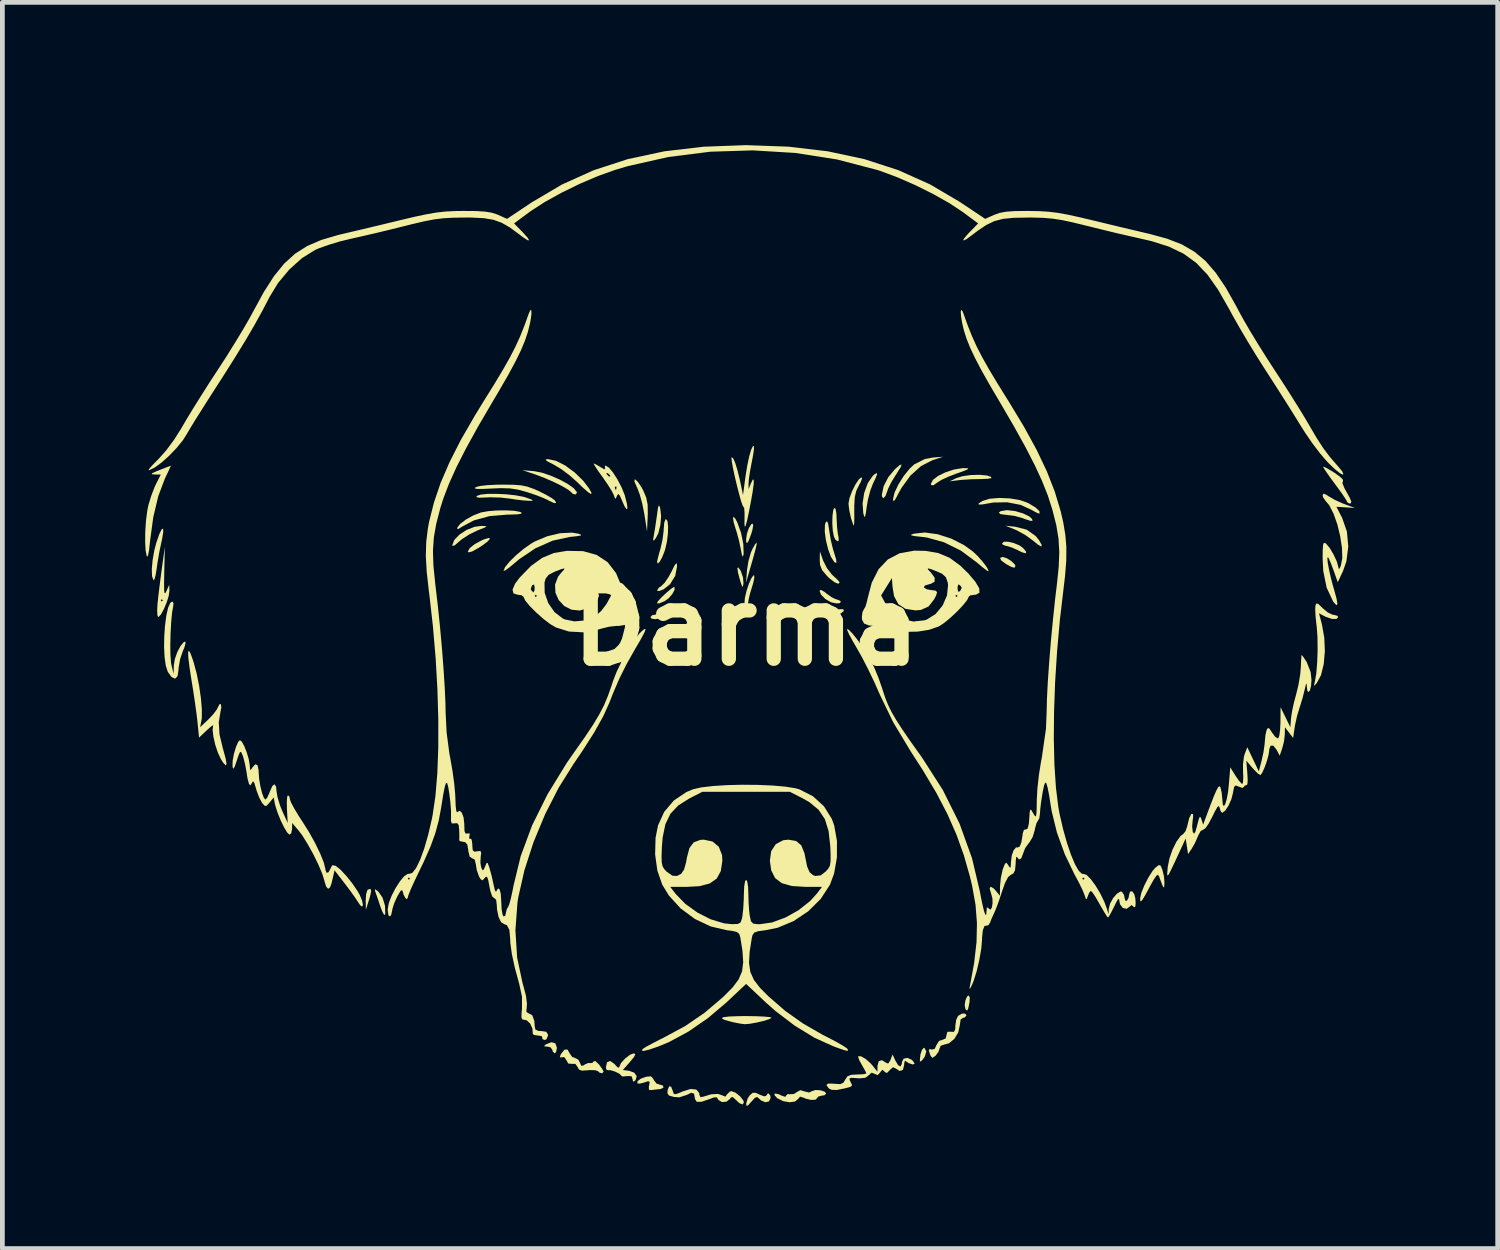
<source format=kicad_pcb>
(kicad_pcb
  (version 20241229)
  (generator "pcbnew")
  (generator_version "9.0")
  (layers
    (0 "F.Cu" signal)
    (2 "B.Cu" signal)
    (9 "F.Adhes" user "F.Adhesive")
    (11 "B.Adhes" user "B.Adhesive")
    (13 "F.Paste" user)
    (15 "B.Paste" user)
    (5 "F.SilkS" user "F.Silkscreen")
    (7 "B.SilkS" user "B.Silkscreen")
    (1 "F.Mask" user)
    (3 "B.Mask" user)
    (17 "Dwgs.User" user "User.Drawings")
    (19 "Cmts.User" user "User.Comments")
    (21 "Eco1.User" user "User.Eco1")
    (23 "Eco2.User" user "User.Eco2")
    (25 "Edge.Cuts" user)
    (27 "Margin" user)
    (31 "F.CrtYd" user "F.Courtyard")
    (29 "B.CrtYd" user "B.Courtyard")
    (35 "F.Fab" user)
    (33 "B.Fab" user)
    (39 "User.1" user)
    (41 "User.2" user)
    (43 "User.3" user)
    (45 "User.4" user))
  (footprint "Darma"
    (layer "F.Cu")
    (at 12.629 10.104)
    (property "Reference" "Darma" (at 0 0 0) (layer "F.SilkS") (effects (font (size 1.524 1.524) (thickness 0.3))))
    (attr board_only exclude_from_pos_files exclude_from_bom)
    (fp_poly (pts (xy -7.879 5.572) (xy -7.905 5.693) (xy -7.925 5.757) (xy -7.99 5.964) (xy -7.994 5.768) (xy -7.986 5.639) (xy -7.96 5.554) (xy -7.949 5.541) (xy -7.894 5.524)) (stroke (width 0) (type solid)) (fill yes) (layer "F.SilkS"))
    (fp_poly (pts (xy 3.747 8.868) (xy 3.787 8.94) (xy 3.754 9.05) (xy 3.72 9.101) (xy 3.669 9.156) (xy 3.651 9.133) (xy 3.651 9.122) (xy 3.663 9.005) (xy 3.695 8.909) (xy 3.734 8.865)) (stroke (width 0) (type solid)) (fill yes) (layer "F.SilkS"))
    (fp_poly (pts (xy -0.12 -1.169) (xy -0.112 -1.155) (xy -0.065 -1.019) (xy -0.056 -0.898) (xy -0.067 -0.829) (xy -0.084 -0.833) (xy -0.114 -0.916) (xy -0.129 -0.964) (xy -0.171 -1.122) (xy -0.183 -1.214) (xy -0.166 -1.232)) (stroke (width 0) (type solid)) (fill yes) (layer "F.SilkS"))
    (fp_poly (pts (xy 0.149 -2.113) (xy 0.131 -2.012) (xy 0.11 -1.941) (xy 0.055 -1.795) (xy 0.02 -1.737) (xy 0.002 -1.767) (xy 0 -1.821) (xy 0.017 -1.939) (xy 0.057 -2.056) (xy 0.107 -2.136) (xy 0.136 -2.152)) (stroke (width 0) (type solid)) (fill yes) (layer "F.SilkS"))
    (fp_poly (pts (xy 0.221 -1.713) (xy 0.194 -1.596) (xy 0.139 -1.396) (xy 0.114 -1.31) (xy -0.001 -0.912) (xy 0.019 -1.176) (xy 0.049 -1.363) (xy 0.101 -1.545) (xy 0.134 -1.62) (xy 0.191 -1.72) (xy 0.22 -1.753)) (stroke (width 0) (type solid)) (fill yes) (layer "F.SilkS"))
    (fp_poly (pts (xy 4.7 7.805) (xy 4.695 7.905) (xy 4.693 7.917) (xy 4.667 8.039) (xy 4.646 8.083) (xy 4.619 8.064) (xy 4.608 8.046) (xy 4.593 7.966) (xy 4.609 7.865) (xy 4.645 7.786) (xy 4.677 7.765)) (stroke (width 0) (type solid)) (fill yes) (layer "F.SilkS"))
    (fp_poly (pts (xy 5.477 -1.424) (xy 5.574 -1.363) (xy 5.645 -1.295) (xy 5.66 -1.26) (xy 5.641 -1.224) (xy 5.576 -1.239) (xy 5.461 -1.302) (xy 5.362 -1.376) (xy 5.336 -1.429) (xy 5.388 -1.45) (xy 5.392 -1.45)) (stroke (width 0) (type solid)) (fill yes) (layer "F.SilkS"))
    (fp_poly (pts (xy -5.383 -1.831) (xy -5.431 -1.776) (xy -5.541 -1.693) (xy -5.613 -1.646) (xy -5.758 -1.565) (xy -5.835 -1.546) (xy -5.847 -1.564) (xy -5.807 -1.637) (xy -5.7 -1.722) (xy -5.55 -1.802) (xy -5.496 -1.824) (xy -5.403 -1.85)) (stroke (width 0) (type solid)) (fill yes) (layer "F.SilkS"))
    (fp_poly (pts (xy -4.007 8.772) (xy -3.976 8.864) (xy -3.992 8.952) (xy -4.023 8.981) (xy -4.064 8.943) (xy -4.07 8.911) (xy -4.11 8.854) (xy -4.175 8.84) (xy -4.243 8.833) (xy -4.226 8.805) (xy -4.21 8.794) (xy -4.09 8.747)) (stroke (width 0) (type solid)) (fill yes) (layer "F.SilkS"))
    (fp_poly (pts (xy -1.696 -0.291) (xy -1.723 -0.22) (xy -1.73 -0.212) (xy -1.804 -0.163) (xy -1.901 -0.142) (xy -1.982 -0.151) (xy -2.011 -0.187) (xy -1.973 -0.226) (xy -1.927 -0.234) (xy -1.824 -0.263) (xy -1.788 -0.289) (xy -1.724 -0.323)) (stroke (width 0) (type solid)) (fill yes) (layer "F.SilkS"))
    (fp_poly (pts (xy 5.65 -2.086) (xy 5.898 -2.023) (xy 6.087 -1.888) (xy 6.157 -1.799) (xy 6.212 -1.7) (xy 6.205 -1.669) (xy 6.136 -1.707) (xy 6.028 -1.794) (xy 5.873 -1.907) (xy 5.697 -2.005) (xy 5.654 -2.024) (xy 5.45 -2.106)) (stroke (width 0) (type solid)) (fill yes) (layer "F.SilkS"))
    (fp_poly (pts (xy -7.747 5.567) (xy -7.726 5.585) (xy -7.64 5.71) (xy -7.588 5.88) (xy -7.583 6.049) (xy -7.585 6.062) (xy -7.607 6.071) (xy -7.646 6.001) (xy -7.687 5.892) (xy -7.738 5.739) (xy -7.781 5.616) (xy -7.798 5.566) (xy -7.8 5.532)) (stroke (width 0) (type solid)) (fill yes) (layer "F.SilkS"))
    (fp_poly (pts (xy -1.503 -0.76) (xy -1.552 -0.669) (xy -1.631 -0.579) (xy -1.715 -0.52) (xy -1.821 -0.476) (xy -1.866 -0.473) (xy -1.871 -0.486) (xy -1.841 -0.534) (xy -1.766 -0.613) (xy -1.67 -0.702) (xy -1.58 -0.778) (xy -1.518 -0.819) (xy -1.506 -0.82)) (stroke (width 0) (type solid)) (fill yes) (layer "F.SilkS"))
    (fp_poly (pts (xy 1.766 -0.381) (xy 1.775 -0.375) (xy 1.891 -0.345) (xy 1.966 -0.351) (xy 2.042 -0.354) (xy 2.053 -0.314) (xy 1.993 -0.266) (xy 1.984 -0.262) (xy 1.842 -0.237) (xy 1.728 -0.291) (xy 1.708 -0.31) (xy 1.654 -0.384) (xy 1.676 -0.41)) (stroke (width 0) (type solid)) (fill yes) (layer "F.SilkS"))
    (fp_poly (pts (xy 5.063 -3.162) (xy 5.145 -3.134) (xy 5.157 -3.108) (xy 5.087 -3.093) (xy 4.935 -3.087) (xy 4.743 -3.083) (xy 4.557 -3.072) (xy 4.467 -3.063) (xy 4.28 -3.04) (xy 4.42 -3.108) (xy 4.552 -3.148) (xy 4.726 -3.172) (xy 4.908 -3.176)) (stroke (width 0) (type solid)) (fill yes) (layer "F.SilkS"))
    (fp_poly (pts (xy 5.51 -1.769) (xy 5.628 -1.741) (xy 5.744 -1.693) (xy 5.818 -1.64) (xy 5.886 -1.558) (xy 5.878 -1.527) (xy 5.798 -1.548) (xy 5.707 -1.593) (xy 5.58 -1.65) (xy 5.476 -1.681) (xy 5.461 -1.682) (xy 5.392 -1.709) (xy 5.379 -1.737) (xy 5.417 -1.77)) (stroke (width 0) (type solid)) (fill yes) (layer "F.SilkS"))
    (fp_poly (pts (xy -1.82 -2.517) (xy -1.804 -2.467) (xy -1.786 -2.309) (xy -1.801 -2.123) (xy -1.844 -1.95) (xy -1.899 -1.842) (xy -1.943 -1.793) (xy -1.955 -1.809) (xy -1.939 -1.904) (xy -1.937 -1.918) (xy -1.912 -2.062) (xy -1.885 -2.245) (xy -1.872 -2.339) (xy -1.853 -2.478) (xy -1.837 -2.534)) (stroke (width 0) (type solid)) (fill yes) (layer "F.SilkS"))
    (fp_poly (pts (xy -1.455 -1.302) (xy -1.452 -1.249) (xy -1.49 -1.052) (xy -1.598 -0.878) (xy -1.732 -0.771) (xy -1.824 -0.735) (xy -1.87 -0.74) (xy -1.871 -0.746) (xy -1.835 -0.802) (xy -1.781 -0.84) (xy -1.712 -0.907) (xy -1.629 -1.03) (xy -1.572 -1.134) (xy -1.507 -1.265) (xy -1.47 -1.318)) (stroke (width 0) (type solid)) (fill yes) (layer "F.SilkS"))
    (fp_poly (pts (xy -0.224 -2.25) (xy -0.185 -2.175) (xy -0.106 -1.957) (xy -0.059 -1.725) (xy -0.052 -1.522) (xy -0.056 -1.492) (xy -0.071 -1.453) (xy -0.091 -1.503) (xy -0.11 -1.606) (xy -0.149 -1.791) (xy -0.199 -1.975) (xy -0.214 -2.021) (xy -0.26 -2.171) (xy -0.275 -2.265) (xy -0.263 -2.295)) (stroke (width 0) (type solid)) (fill yes) (layer "F.SilkS"))
    (fp_poly (pts (xy 1.621 -1.369) (xy 1.698 -1.216) (xy 1.802 -1.081) (xy 1.828 -1.057) (xy 1.916 -0.976) (xy 1.962 -0.922) (xy 1.965 -0.915) (xy 1.936 -0.886) (xy 1.859 -0.918) (xy 1.748 -1.004) (xy 1.703 -1.048) (xy 1.598 -1.171) (xy 1.553 -1.285) (xy 1.547 -1.387) (xy 1.551 -1.567)) (stroke (width 0) (type solid)) (fill yes) (layer "F.SilkS"))
    (fp_poly (pts (xy 1.645 -0.717) (xy 1.688 -0.682) (xy 1.795 -0.605) (xy 1.881 -0.563) (xy 1.895 -0.561) (xy 1.973 -0.531) (xy 1.988 -0.515) (xy 1.976 -0.481) (xy 1.904 -0.473) (xy 1.798 -0.494) (xy 1.778 -0.501) (xy 1.663 -0.568) (xy 1.574 -0.659) (xy 1.544 -0.736) (xy 1.568 -0.761)) (stroke (width 0) (type solid)) (fill yes) (layer "F.SilkS"))
    (fp_poly (pts (xy 1.879 -2.464) (xy 1.897 -2.364) (xy 1.902 -2.248) (xy 1.911 -2.08) (xy 1.927 -1.938) (xy 1.94 -1.876) (xy 1.947 -1.799) (xy 1.924 -1.778) (xy 1.875 -1.816) (xy 1.845 -1.879) (xy 1.821 -2.003) (xy 1.811 -2.159) (xy 1.815 -2.313) (xy 1.831 -2.433) (xy 1.851 -2.478)) (stroke (width 0) (type solid)) (fill yes) (layer "F.SilkS"))
    (fp_poly (pts (xy 3.247 -3.336) (xy 3.168 -3.208) (xy 3.137 -3.161) (xy 3.05 -3.019) (xy 2.985 -2.886) (xy 2.968 -2.837) (xy 2.929 -2.731) (xy 2.887 -2.686) (xy 2.858 -2.711) (xy 2.853 -2.759) (xy 2.89 -2.937) (xy 2.989 -3.128) (xy 3.128 -3.295) (xy 3.227 -3.38) (xy 3.267 -3.393)) (stroke (width 0) (type solid)) (fill yes) (layer "F.SilkS"))
    (fp_poly (pts (xy -5.478 -2.099) (xy -5.456 -2.089) (xy -5.506 -2.062) (xy -5.637 -2.01) (xy -5.648 -2.006) (xy -5.817 -1.924) (xy -5.973 -1.823) (xy -6.034 -1.771) (xy -6.122 -1.695) (xy -6.17 -1.681) (xy -6.175 -1.695) (xy -6.133 -1.807) (xy -6.024 -1.92) (xy -5.873 -2.018) (xy -5.704 -2.084) (xy -5.566 -2.102)) (stroke (width 0) (type solid)) (fill yes) (layer "F.SilkS"))
    (fp_poly (pts (xy -2.329 -3.078) (xy -2.275 -3.028) (xy -2.203 -2.922) (xy -2.161 -2.845) (xy -2.099 -2.697) (xy -2.069 -2.549) (xy -2.066 -2.36) (xy -2.068 -2.309) (xy -2.082 -1.988) (xy -2.14 -2.359) (xy -2.181 -2.565) (xy -2.234 -2.759) (xy -2.288 -2.903) (xy -2.294 -2.913) (xy -2.346 -3.032) (xy -2.343 -3.079)) (stroke (width 0) (type solid)) (fill yes) (layer "F.SilkS"))
    (fp_poly (pts (xy 0.17 -1.062) (xy 0.172 -1.006) (xy 0.147 -0.892) (xy 0.122 -0.813) (xy 0.078 -0.666) (xy 0.051 -0.544) (xy 0.047 -0.506) (xy 0.023 -0.435) (xy -0.005 -0.421) (xy -0.036 -0.463) (xy -0.026 -0.588) (xy -0.024 -0.596) (xy 0.012 -0.748) (xy 0.061 -0.892) (xy 0.111 -1.004) (xy 0.153 -1.062)) (stroke (width 0) (type solid)) (fill yes) (layer "F.SilkS"))
    (fp_poly (pts (xy 5.654 -2.414) (xy 5.814 -2.367) (xy 5.946 -2.305) (xy 6.008 -2.25) (xy 6.02 -2.211) (xy 5.978 -2.208) (xy 5.869 -2.243) (xy 5.8 -2.269) (xy 5.635 -2.314) (xy 5.462 -2.335) (xy 5.458 -2.335) (xy 5.343 -2.351) (xy 5.309 -2.382) (xy 5.352 -2.413) (xy 5.465 -2.432) (xy 5.501 -2.432)) (stroke (width 0) (type solid)) (fill yes) (layer "F.SilkS"))
    (fp_poly (pts (xy -12.248 -1.977) (xy -12.273 -1.824) (xy -12.286 -1.766) (xy -12.331 -1.553) (xy -12.37 -1.324) (xy -12.387 -1.2) (xy -12.41 -1.062) (xy -12.435 -0.977) (xy -12.454 -0.963) (xy -12.484 -1.045) (xy -12.489 -1.194) (xy -12.472 -1.383) (xy -12.436 -1.59) (xy -12.394 -1.749) (xy -12.331 -1.931) (xy -12.282 -2.03) (xy -12.252 -2.046)) (stroke (width 0) (type solid)) (fill yes) (layer "F.SilkS"))
    (fp_poly (pts (xy -3.997 -3.471) (xy -3.803 -3.373) (xy -3.604 -3.227) (xy -3.423 -3.051) (xy -3.299 -2.888) (xy -3.248 -2.796) (xy -3.258 -2.771) (xy -3.325 -2.814) (xy -3.448 -2.923) (xy -3.549 -3.022) (xy -3.712 -3.167) (xy -3.892 -3.301) (xy -4.04 -3.389) (xy -4.167 -3.454) (xy -4.215 -3.49) (xy -4.19 -3.505) (xy -4.163 -3.506)) (stroke (width 0) (type solid)) (fill yes) (layer "F.SilkS"))
    (fp_poly (pts (xy 1.723 -2.154) (xy 1.744 -2.025) (xy 1.747 -2) (xy 1.779 -1.808) (xy 1.825 -1.615) (xy 1.848 -1.543) (xy 1.894 -1.392) (xy 1.898 -1.324) (xy 1.858 -1.338) (xy 1.851 -1.345) (xy 1.783 -1.452) (xy 1.723 -1.614) (xy 1.677 -1.801) (xy 1.653 -1.981) (xy 1.656 -2.124) (xy 1.672 -2.176) (xy 1.7 -2.201)) (stroke (width 0) (type solid)) (fill yes) (layer "F.SilkS"))
    (fp_poly (pts (xy 2.753 -3.189) (xy 2.715 -3.093) (xy 2.668 -2.997) (xy 2.611 -2.849) (xy 2.561 -2.658) (xy 2.537 -2.519) (xy 2.515 -2.365) (xy 2.498 -2.294) (xy 2.483 -2.297) (xy 2.463 -2.365) (xy 2.462 -2.37) (xy 2.447 -2.574) (xy 2.482 -2.796) (xy 2.557 -3.002) (xy 2.664 -3.157) (xy 2.687 -3.178) (xy 2.744 -3.215)) (stroke (width 0) (type solid)) (fill yes) (layer "F.SilkS"))
    (fp_poly (pts (xy 3.916 -3.483) (xy 3.677 -3.361) (xy 3.454 -3.161) (xy 3.264 -2.9) (xy 3.207 -2.795) (xy 3.14 -2.668) (xy 3.102 -2.621) (xy 3.088 -2.648) (xy 3.088 -2.669) (xy 3.119 -2.802) (xy 3.199 -2.972) (xy 3.311 -3.15) (xy 3.438 -3.307) (xy 3.531 -3.394) (xy 3.756 -3.508) (xy 3.918 -3.538) (xy 4.14 -3.556)) (stroke (width 0) (type solid)) (fill yes) (layer "F.SilkS"))
    (fp_poly (pts (xy -4.459 -3.253) (xy -4.295 -3.222) (xy -4.109 -3.16) (xy -3.921 -3.078) (xy -3.753 -2.987) (xy -3.625 -2.897) (xy -3.56 -2.818) (xy -3.555 -2.798) (xy -3.585 -2.762) (xy -3.644 -2.777) (xy -3.673 -2.808) (xy -3.737 -2.862) (xy -3.867 -2.938) (xy -4.039 -3.024) (xy -4.231 -3.108) (xy -4.419 -3.18) (xy -4.444 -3.188) (xy -4.701 -3.274)) (stroke (width 0) (type solid)) (fill yes) (layer "F.SilkS"))
    (fp_poly (pts (xy 4.658 -3.313) (xy 4.668 -3.299) (xy 4.607 -3.269) (xy 4.467 -3.218) (xy 4.428 -3.205) (xy 4.257 -3.139) (xy 4.113 -3.074) (xy 4.028 -3.021) (xy 4.027 -3.02) (xy 3.934 -2.955) (xy 3.887 -2.962) (xy 3.883 -2.986) (xy 3.925 -3.069) (xy 4.036 -3.154) (xy 4.193 -3.23) (xy 4.371 -3.288) (xy 4.548 -3.316) (xy 4.584 -3.316)) (stroke (width 0) (type solid)) (fill yes) (layer "F.SilkS"))
    (fp_poly (pts (xy 5.543 -2.68) (xy 5.757 -2.644) (xy 5.926 -2.584) (xy 6.081 -2.49) (xy 6.163 -2.413) (xy 6.166 -2.361) (xy 6.119 -2.372) (xy 6.028 -2.422) (xy 6.009 -2.434) (xy 5.769 -2.544) (xy 5.487 -2.599) (xy 5.199 -2.594) (xy 5.137 -2.584) (xy 4.968 -2.554) (xy 4.886 -2.551) (xy 4.887 -2.575) (xy 4.966 -2.626) (xy 5.114 -2.673) (xy 5.318 -2.69)) (stroke (width 0) (type solid)) (fill yes) (layer "F.SilkS"))
    (fp_poly (pts (xy -5.046 -2.767) (xy -4.848 -2.746) (xy -4.682 -2.715) (xy -4.631 -2.7) (xy -4.513 -2.658) (xy -4.477 -2.637) (xy -4.518 -2.63) (xy -4.561 -2.63) (xy -4.688 -2.638) (xy -4.859 -2.659) (xy -4.958 -2.675) (xy -5.162 -2.698) (xy -5.38 -2.704) (xy -5.463 -2.7) (xy -5.607 -2.695) (xy -5.667 -2.707) (xy -5.659 -2.732) (xy -5.582 -2.76) (xy -5.438 -2.775) (xy -5.251 -2.776)) (stroke (width 0) (type solid)) (fill yes) (layer "F.SilkS"))
    (fp_poly (pts (xy -1.652 -2.204) (xy -1.639 -2.095) (xy -1.643 -1.945) (xy -1.663 -1.777) (xy -1.699 -1.617) (xy -1.712 -1.575) (xy -1.765 -1.441) (xy -1.817 -1.348) (xy -1.856 -1.311) (xy -1.871 -1.346) (xy -1.871 -1.346) (xy -1.858 -1.412) (xy -1.826 -1.534) (xy -1.801 -1.618) (xy -1.759 -1.8) (xy -1.734 -1.987) (xy -1.731 -2.047) (xy -1.721 -2.168) (xy -1.696 -2.238) (xy -1.684 -2.245)) (stroke (width 0) (type solid)) (fill yes) (layer "F.SilkS"))
    (fp_poly (pts (xy 0.21 8.201) (xy 0.383 8.209) (xy 0.498 8.22) (xy 0.537 8.234) (xy 0.537 8.235) (xy 0.48 8.265) (xy 0.364 8.301) (xy 0.218 8.335) (xy 0.076 8.36) (xy -0.03 8.369) (xy -0.037 8.368) (xy -0.133 8.355) (xy -0.27 8.328) (xy -0.303 8.32) (xy -0.453 8.279) (xy -0.512 8.246) (xy -0.48 8.222) (xy -0.356 8.207) (xy -0.14 8.199) (xy -0.004 8.198)) (stroke (width 0) (type solid)) (fill yes) (layer "F.SilkS"))
    (fp_poly (pts (xy -4.871 -2.42) (xy -4.751 -2.397) (xy -4.724 -2.386) (xy -4.72 -2.361) (xy -4.799 -2.346) (xy -4.966 -2.34) (xy -5.015 -2.34) (xy -5.393 -2.308) (xy -5.721 -2.218) (xy -5.959 -2.092) (xy -6.049 -2.037) (xy -6.075 -2.048) (xy -6.072 -2.062) (xy -6.01 -2.144) (xy -5.887 -2.237) (xy -5.732 -2.323) (xy -5.574 -2.384) (xy -5.572 -2.385) (xy -5.423 -2.412) (xy -5.237 -2.427) (xy -5.043 -2.429)) (stroke (width 0) (type solid)) (fill yes) (layer "F.SilkS"))
    (fp_poly (pts (xy -3.524 -1.939) (xy -3.467 -1.917) (xy -3.474 -1.901) (xy -3.556 -1.886) (xy -3.703 -1.871) (xy -4.063 -1.793) (xy -4.426 -1.633) (xy -4.771 -1.401) (xy -4.853 -1.331) (xy -4.973 -1.231) (xy -5.061 -1.169) (xy -5.098 -1.157) (xy -5.099 -1.159) (xy -5.063 -1.24) (xy -4.968 -1.355) (xy -4.834 -1.487) (xy -4.678 -1.618) (xy -4.52 -1.729) (xy -4.446 -1.773) (xy -4.182 -1.884) (xy -3.91 -1.949) (xy -3.661 -1.961)) (stroke (width 0) (type solid)) (fill yes) (layer "F.SilkS"))
    (fp_poly (pts (xy -1.951 9.515) (xy -1.943 9.539) (xy -1.881 9.618) (xy -1.821 9.636) (xy -1.745 9.659) (xy -1.738 9.703) (xy -1.803 9.733) (xy -1.813 9.733) (xy -1.933 9.745) (xy -1.981 9.753) (xy -2.041 9.749) (xy -2.045 9.687) (xy -2.038 9.657) (xy -2.026 9.58) (xy -2.061 9.567) (xy -2.134 9.592) (xy -2.232 9.618) (xy -2.284 9.613) (xy -2.282 9.565) (xy -2.21 9.512) (xy -2.098 9.472) (xy -2 9.464)) (stroke (width 0) (type solid)) (fill yes) (layer "F.SilkS"))
    (fp_poly (pts (xy 0.203 9.811) (xy 0.286 9.85) (xy 0.38 9.885) (xy 0.421 9.874) (xy 0.421 9.871) (xy 0.456 9.825) (xy 0.468 9.823) (xy 0.506 9.862) (xy 0.515 9.917) (xy 0.481 9.991) (xy 0.403 10.009) (xy 0.311 9.969) (xy 0.279 9.938) (xy 0.231 9.898) (xy 0.182 9.918) (xy 0.111 9.996) (xy 0.04 10.075) (xy 0.009 10.085) (xy 0.002 10.037) (xy 0.031 9.932) (xy 0.076 9.864) (xy 0.138 9.81)) (stroke (width 0) (type solid)) (fill yes) (layer "F.SilkS"))
    (fp_poly (pts (xy 2.438 -3.102) (xy 2.405 -3.018) (xy 2.375 -2.963) (xy 2.315 -2.84) (xy 2.283 -2.706) (xy 2.273 -2.527) (xy 2.273 -2.444) (xy 2.274 -2.28) (xy 2.271 -2.159) (xy 2.265 -2.106) (xy 2.264 -2.105) (xy 2.244 -2.145) (xy 2.211 -2.245) (xy 2.201 -2.28) (xy 2.168 -2.43) (xy 2.152 -2.562) (xy 2.152 -2.575) (xy 2.173 -2.688) (xy 2.226 -2.83) (xy 2.296 -2.971) (xy 2.369 -3.08) (xy 2.422 -3.124)) (stroke (width 0) (type solid)) (fill yes) (layer "F.SilkS"))
    (fp_poly (pts (xy 4.027 -1.927) (xy 4.31 -1.836) (xy 4.581 -1.698) (xy 4.764 -1.566) (xy 4.867 -1.468) (xy 4.968 -1.354) (xy 5.049 -1.248) (xy 5.092 -1.171) (xy 5.092 -1.148) (xy 5.052 -1.169) (xy 4.962 -1.238) (xy 4.842 -1.34) (xy 4.841 -1.34) (xy 4.515 -1.582) (xy 4.16 -1.758) (xy 3.801 -1.858) (xy 3.703 -1.871) (xy 3.545 -1.888) (xy 3.471 -1.903) (xy 3.47 -1.919) (xy 3.524 -1.939) (xy 3.756 -1.964)) (stroke (width 0) (type solid)) (fill yes) (layer "F.SilkS"))
    (fp_poly (pts (xy 12.17 -3.333) (xy 12.268 -3.278) (xy 12.369 -3.216) (xy 12.481 -3.135) (xy 12.542 -3.074) (xy 12.543 -3.05) (xy 12.53 -3.002) (xy 12.575 -2.891) (xy 12.607 -2.834) (xy 12.686 -2.692) (xy 12.718 -2.612) (xy 12.707 -2.578) (xy 12.677 -2.573) (xy 12.631 -2.6) (xy 12.63 -2.608) (xy 12.603 -2.659) (xy 12.533 -2.765) (xy 12.43 -2.908) (xy 12.371 -2.988) (xy 12.259 -3.14) (xy 12.175 -3.261) (xy 12.13 -3.334) (xy 12.127 -3.348)) (stroke (width 0) (type solid)) (fill yes) (layer "F.SilkS"))
    (fp_poly (pts (xy 8.711 5.037) (xy 8.746 5.119) (xy 8.781 5.262) (xy 8.791 5.394) (xy 8.785 5.486) (xy 8.77 5.493) (xy 8.748 5.45) (xy 8.7 5.324) (xy 8.678 5.263) (xy 8.655 5.229) (xy 8.619 5.251) (xy 8.56 5.34) (xy 8.489 5.468) (xy 8.393 5.646) (xy 8.331 5.75) (xy 8.297 5.789) (xy 8.282 5.773) (xy 8.28 5.726) (xy 8.305 5.61) (xy 8.368 5.453) (xy 8.453 5.287) (xy 8.542 5.147) (xy 8.599 5.081) (xy 8.672 5.024)) (stroke (width 0) (type solid)) (fill yes) (layer "F.SilkS"))
    (fp_poly (pts (xy -4.894 -2.967) (xy -4.728 -2.955) (xy -4.594 -2.927) (xy -4.46 -2.879) (xy -4.363 -2.836) (xy -4.207 -2.758) (xy -4.082 -2.686) (xy -4.018 -2.637) (xy -3.991 -2.584) (xy -4.034 -2.582) (xy -4.137 -2.629) (xy -4.163 -2.644) (xy -4.267 -2.692) (xy -4.426 -2.753) (xy -4.601 -2.812) (xy -4.791 -2.864) (xy -4.963 -2.891) (xy -5.158 -2.896) (xy -5.346 -2.888) (xy -5.545 -2.879) (xy -5.66 -2.88) (xy -5.703 -2.892) (xy -5.682 -2.916) (xy -5.68 -2.917) (xy -5.593 -2.941) (xy -5.437 -2.959) (xy -5.234 -2.969) (xy -5.122 -2.97)) (stroke (width 0) (type solid)) (fill yes) (layer "F.SilkS"))
    (fp_poly (pts (xy -12.105 -3.329) (xy -12.151 -3.229) (xy -12.213 -3.099) (xy -12.353 -2.728) (xy -12.458 -2.286) (xy -12.525 -1.791) (xy -12.526 -1.778) (xy -12.547 -1.591) (xy -12.568 -1.481) (xy -12.589 -1.455) (xy -12.595 -1.466) (xy -12.619 -1.584) (xy -12.629 -1.768) (xy -12.626 -1.987) (xy -12.611 -2.215) (xy -12.584 -2.422) (xy -12.56 -2.541) (xy -12.503 -2.728) (xy -12.434 -2.911) (xy -12.395 -2.995) (xy -12.3 -3.181) (xy -12.43 -3.183) (xy -12.491 -3.189) (xy -12.482 -3.209) (xy -12.395 -3.249) (xy -12.326 -3.277) (xy -12.196 -3.327) (xy -12.109 -3.36) (xy -12.088 -3.368)) (stroke (width 0) (type solid)) (fill yes) (layer "F.SilkS"))
    (fp_poly (pts (xy -12.227 -1.131) (xy -12.231 -0.906) (xy -12.23 -0.765) (xy -12.223 -0.695) (xy -12.207 -0.687) (xy -12.183 -0.729) (xy -12.181 -0.734) (xy -12.123 -0.865) (xy -12.119 -0.736) (xy -12.134 -0.629) (xy -12.177 -0.493) (xy -12.235 -0.355) (xy -12.295 -0.244) (xy -12.346 -0.189) (xy -12.354 -0.187) (xy -12.372 -0.229) (xy -12.376 -0.338) (xy -12.37 -0.456) (xy -12.361 -0.538) (xy -12.302 -0.538) (xy -12.279 -0.515) (xy -12.256 -0.538) (xy -12.279 -0.561) (xy -12.302 -0.538) (xy -12.361 -0.538) (xy -12.352 -0.625) (xy -12.325 -0.848) (xy -12.294 -1.089) (xy -12.28 -1.193) (xy -12.215 -1.661)) (stroke (width 0) (type solid)) (fill yes) (layer "F.SilkS"))
    (fp_poly (pts (xy 12.027 -0.46) (xy 12.108 -0.382) (xy 12.116 -0.374) (xy 12.223 -0.284) (xy 12.324 -0.236) (xy 12.345 -0.234) (xy 12.423 -0.215) (xy 12.443 -0.187) (xy 12.406 -0.147) (xy 12.311 -0.148) (xy 12.186 -0.19) (xy 12.159 -0.203) (xy 12.039 -0.266) (xy 12.101 -0.029) (xy 12.15 0.248) (xy 12.162 0.534) (xy 12.138 0.804) (xy 12.081 1.034) (xy 11.995 1.195) (xy 11.943 1.255) (xy 11.936 1.237) (xy 11.952 1.169) (xy 11.982 0.998) (xy 12.001 0.764) (xy 12.01 0.502) (xy 12.007 0.241) (xy 11.991 0.015) (xy 11.986 -0.021) (xy 11.967 -0.196) (xy 11.959 -0.343) (xy 11.964 -0.429) (xy 11.986 -0.474)) (stroke (width 0) (type solid)) (fill yes) (layer "F.SilkS"))
    (fp_poly (pts (xy -2.328 8.999) (xy -2.356 9.058) (xy -2.437 9.157) (xy -2.591 9.332) (xy -2.462 9.347) (xy -2.35 9.388) (xy -2.299 9.461) (xy -2.323 9.545) (xy -2.333 9.555) (xy -2.375 9.577) (xy -2.386 9.523) (xy -2.407 9.463) (xy -2.487 9.458) (xy -2.503 9.46) (xy -2.59 9.468) (xy -2.62 9.454) (xy -2.659 9.412) (xy -2.748 9.367) (xy -2.844 9.336) (xy -2.907 9.336) (xy -2.939 9.319) (xy -2.947 9.267) (xy -2.921 9.166) (xy -2.856 9.142) (xy -2.77 9.201) (xy -2.754 9.22) (xy -2.696 9.28) (xy -2.668 9.276) (xy -2.667 9.271) (xy -2.631 9.188) (xy -2.544 9.091) (xy -2.442 9.012) (xy -2.36 8.981)) (stroke (width 0) (type solid)) (fill yes) (layer "F.SilkS"))
    (fp_poly (pts (xy 1.561 9.757) (xy 1.65 9.786) (xy 1.684 9.828) (xy 1.645 9.862) (xy 1.59 9.87) (xy 1.514 9.89) (xy 1.497 9.917) (xy 1.459 9.955) (xy 1.367 9.96) (xy 1.255 9.934) (xy 1.212 9.915) (xy 1.134 9.891) (xy 1.094 9.938) (xy 1.028 9.994) (xy 0.911 10.009) (xy 0.777 9.985) (xy 0.656 9.925) (xy 0.648 9.918) (xy 0.591 9.853) (xy 0.608 9.825) (xy 0.686 9.841) (xy 0.752 9.872) (xy 0.824 9.896) (xy 0.842 9.867) (xy 0.876 9.835) (xy 0.916 9.841) (xy 1.005 9.835) (xy 1.059 9.8) (xy 1.14 9.755) (xy 1.222 9.78) (xy 1.324 9.805) (xy 1.378 9.778) (xy 1.457 9.752)) (stroke (width 0) (type solid)) (fill yes) (layer "F.SilkS"))
    (fp_poly (pts (xy -12.032 -0.477) (xy -12.04 -0.409) (xy -12.064 -0.273) (xy -12.082 -0.075) (xy -12.095 0.156) (xy -12.1 0.392) (xy -12.098 0.605) (xy -12.086 0.766) (xy -12.077 0.819) (xy -12.031 1.006) (xy -12.026 0.824) (xy -12.004 0.693) (xy -11.953 0.549) (xy -11.887 0.423) (xy -11.82 0.342) (xy -11.786 0.327) (xy -11.78 0.365) (xy -11.808 0.461) (xy -11.836 0.526) (xy -11.894 0.697) (xy -11.925 0.874) (xy -11.927 0.916) (xy -11.947 1.055) (xy -12 1.108) (xy -12.074 1.074) (xy -12.153 0.963) (xy -12.195 0.837) (xy -12.22 0.658) (xy -12.231 0.445) (xy -12.227 0.215) (xy -12.211 -0.012) (xy -12.184 -0.217) (xy -12.147 -0.381) (xy -12.1 -0.486) (xy -12.057 -0.515)) (stroke (width 0) (type solid)) (fill yes) (layer "F.SilkS"))
    (fp_poly (pts (xy 4.631 8.186) (xy 4.593 8.228) (xy 4.561 8.233) (xy 4.508 8.27) (xy 4.491 8.387) (xy 4.491 8.389) (xy 4.458 8.542) (xy 4.374 8.679) (xy 4.261 8.771) (xy 4.173 8.794) (xy 4.088 8.822) (xy 4.07 8.868) (xy 4.042 8.949) (xy 3.981 9.032) (xy 3.919 9.074) (xy 3.914 9.075) (xy 3.881 9.038) (xy 3.864 9.001) (xy 3.838 8.913) (xy 3.862 8.891) (xy 3.902 8.903) (xy 3.964 8.886) (xy 3.996 8.814) (xy 4.054 8.72) (xy 4.117 8.701) (xy 4.194 8.668) (xy 4.21 8.602) (xy 4.23 8.529) (xy 4.303 8.527) (xy 4.303 8.527) (xy 4.368 8.53) (xy 4.394 8.476) (xy 4.397 8.401) (xy 4.414 8.279) (xy 4.453 8.195) (xy 4.533 8.147) (xy 4.604 8.146)) (stroke (width 0) (type solid)) (fill yes) (layer "F.SilkS"))
    (fp_poly (pts (xy -3.751 8.903) (xy -3.709 8.981) (xy -3.654 9.057) (xy -3.602 9.075) (xy -3.526 9.114) (xy -3.493 9.176) (xy -3.462 9.245) (xy -3.412 9.232) (xy -3.396 9.219) (xy -3.317 9.183) (xy -3.28 9.188) (xy -3.226 9.179) (xy -3.212 9.157) (xy -3.171 9.141) (xy -3.096 9.21) (xy -3.092 9.215) (xy -3.025 9.306) (xy -2.995 9.366) (xy -2.995 9.367) (xy -3.024 9.4) (xy -3.082 9.386) (xy -3.109 9.358) (xy -3.168 9.336) (xy -3.283 9.333) (xy -3.326 9.337) (xy -3.452 9.345) (xy -3.514 9.321) (xy -3.54 9.27) (xy -3.589 9.202) (xy -3.655 9.203) (xy -3.738 9.195) (xy -3.773 9.131) (xy -3.82 9.061) (xy -3.869 9.062) (xy -3.915 9.069) (xy -3.903 9.022) (xy -3.886 8.988) (xy -3.816 8.902)) (stroke (width 0) (type solid)) (fill yes) (layer "F.SilkS"))
    (fp_poly (pts (xy 0.166 -3.728) (xy 0.15 -3.608) (xy 0.12 -3.448) (xy 0.117 -3.435) (xy 0.083 -3.254) (xy 0.059 -3.095) (xy 0.051 -2.994) (xy 0.053 -2.877) (xy 0.098 -2.989) (xy 0.139 -3.075) (xy 0.16 -3.074) (xy 0.16 -2.989) (xy 0.138 -2.825) (xy 0.11 -2.664) (xy 0.057 -2.386) (xy 0.016 -2.198) (xy -0.012 -2.099) (xy -0.029 -2.086) (xy -0.035 -2.157) (xy -0.033 -2.253) (xy -0.033 -2.392) (xy -0.041 -2.48) (xy -0.054 -2.498) (xy -0.075 -2.533) (xy -0.11 -2.637) (xy -0.152 -2.791) (xy -0.198 -2.971) (xy -0.242 -3.158) (xy -0.278 -3.328) (xy -0.302 -3.462) (xy -0.308 -3.537) (xy -0.306 -3.546) (xy -0.274 -3.526) (xy -0.231 -3.431) (xy -0.183 -3.277) (xy -0.134 -3.08) (xy -0.122 -3.024) (xy -0.065 -2.751) (xy -0.013 -3.141) (xy 0.024 -3.371) (xy 0.065 -3.564) (xy 0.106 -3.704) (xy 0.143 -3.778) (xy 0.164 -3.781)) (stroke (width 0) (type solid)) (fill yes) (layer "F.SilkS"))
    (fp_poly (pts (xy -11.676 0.576) (xy -11.623 0.723) (xy -11.611 0.76) (xy -11.547 0.997) (xy -11.494 1.261) (xy -11.456 1.524) (xy -11.437 1.759) (xy -11.439 1.94) (xy -11.445 1.977) (xy -11.473 2.128) (xy -11.303 1.967) (xy -11.198 1.856) (xy -11.124 1.757) (xy -11.107 1.722) (xy -11.067 1.644) (xy -11.037 1.644) (xy -11.028 1.71) (xy -11.043 1.789) (xy -11.082 2.024) (xy -11.066 2.281) (xy -10.993 2.585) (xy -10.989 2.596) (xy -10.936 2.789) (xy -10.918 2.9) (xy -10.935 2.93) (xy -10.988 2.875) (xy -11.036 2.801) (xy -11.1 2.665) (xy -11.156 2.496) (xy -11.195 2.324) (xy -11.212 2.18) (xy -11.199 2.094) (xy -11.209 2.088) (xy -11.271 2.136) (xy -11.331 2.19) (xy -11.496 2.346) (xy -11.528 2.027) (xy -11.549 1.847) (xy -11.582 1.609) (xy -11.621 1.347) (xy -11.653 1.151) (xy -11.697 0.868) (xy -11.721 0.667) (xy -11.725 0.551) (xy -11.71 0.52)) (stroke (width 0) (type solid)) (fill yes) (layer "F.SilkS"))
    (fp_poly (pts (xy -1.575 9.684) (xy -1.539 9.776) (xy -1.536 9.786) (xy -1.52 9.832) (xy -1.479 9.84) (xy -1.389 9.807) (xy -1.329 9.78) (xy -1.165 9.73) (xy -1.047 9.742) (xy -0.987 9.813) (xy -0.982 9.854) (xy -0.958 9.903) (xy -0.9 9.892) (xy -0.738 9.843) (xy -0.591 9.834) (xy -0.496 9.866) (xy -0.436 9.892) (xy -0.405 9.848) (xy -0.342 9.785) (xy -0.306 9.776) (xy -0.221 9.809) (xy -0.127 9.884) (xy -0.06 9.969) (xy -0.047 10.01) (xy -0.072 10.055) (xy -0.14 10.029) (xy -0.212 9.962) (xy -0.279 9.9) (xy -0.319 9.908) (xy -0.339 9.938) (xy -0.412 9.997) (xy -0.508 10.005) (xy -0.581 9.961) (xy -0.59 9.944) (xy -0.619 9.905) (xy -0.679 9.908) (xy -0.774 9.944) (xy -0.94 10) (xy -1.038 9.999) (xy -1.075 9.94) (xy -1.076 9.925) (xy -1.095 9.827) (xy -1.156 9.81) (xy -1.245 9.854) (xy -1.404 9.906) (xy -1.513 9.898) (xy -1.619 9.869) (xy -1.654 9.82) (xy -1.648 9.749) (xy -1.616 9.673)) (stroke (width 0) (type solid)) (fill yes) (layer "F.SilkS"))
    (fp_poly (pts (xy -3.15 -3.392) (xy -3.057 -3.336) (xy -3.052 -3.333) (xy -2.979 -3.293) (xy -2.96 -3.303) (xy -2.963 -3.309) (xy -2.97 -3.361) (xy -2.95 -3.368) (xy -2.884 -3.328) (xy -2.797 -3.224) (xy -2.703 -3.078) (xy -2.616 -2.912) (xy -2.551 -2.749) (xy -2.544 -2.724) (xy -2.503 -2.562) (xy -2.494 -2.469) (xy -2.513 -2.453) (xy -2.557 -2.518) (xy -2.602 -2.622) (xy -2.653 -2.737) (xy -2.686 -2.774) (xy -2.711 -2.741) (xy -2.714 -2.733) (xy -2.741 -2.673) (xy -2.762 -2.697) (xy -2.779 -2.747) (xy -2.822 -2.835) (xy -2.863 -2.9) (xy -2.76 -2.9) (xy -2.743 -2.862) (xy -2.729 -2.869) (xy -2.723 -2.925) (xy -2.729 -2.931) (xy -2.756 -2.925) (xy -2.76 -2.9) (xy -2.863 -2.9) (xy -2.906 -2.969) (xy -3.011 -3.121) (xy -3.02 -3.133) (xy -3.078 -3.214) (xy -2.939 -3.214) (xy -2.928 -3.188) (xy -2.881 -3.138) (xy -2.854 -3.148) (xy -2.853 -3.155) (xy -2.887 -3.194) (xy -2.907 -3.209) (xy -2.939 -3.214) (xy -3.078 -3.214) (xy -3.116 -3.267) (xy -3.181 -3.367) (xy -3.204 -3.413) (xy -3.202 -3.415)) (stroke (width 0) (type solid)) (fill yes) (layer "F.SilkS"))
    (fp_poly (pts (xy 12.189 -2.759) (xy 12.244 -2.723) (xy 12.37 -2.65) (xy 12.53 -2.577) (xy 12.583 -2.557) (xy 12.794 -2.48) (xy 12.405 -2.504) (xy 12.526 -2.269) (xy 12.625 -1.984) (xy 12.654 -1.668) (xy 12.614 -1.355) (xy 12.542 -1.15) (xy 12.433 -0.919) (xy 12.345 -1.168) (xy 12.292 -1.309) (xy 12.248 -1.412) (xy 12.228 -1.445) (xy 12.214 -1.428) (xy 12.221 -1.34) (xy 12.246 -1.2) (xy 12.284 -1.028) (xy 12.332 -0.844) (xy 12.358 -0.756) (xy 12.409 -0.569) (xy 12.425 -0.462) (xy 12.406 -0.435) (xy 12.352 -0.493) (xy 12.331 -0.523) (xy 12.199 -0.806) (xy 12.128 -1.157) (xy 12.115 -1.415) (xy 12.117 -1.599) (xy 12.125 -1.704) (xy 12.142 -1.747) (xy 12.172 -1.741) (xy 12.189 -1.728) (xy 12.267 -1.634) (xy 12.349 -1.494) (xy 12.416 -1.347) (xy 12.446 -1.233) (xy 12.446 -1.23) (xy 12.456 -1.19) (xy 12.485 -1.236) (xy 12.497 -1.263) (xy 12.528 -1.423) (xy 12.522 -1.638) (xy 12.485 -1.883) (xy 12.425 -2.132) (xy 12.345 -2.358) (xy 12.254 -2.537) (xy 12.179 -2.625) (xy 12.123 -2.706) (xy 12.115 -2.745) (xy 12.131 -2.781)) (stroke (width 0) (type solid)) (fill yes) (layer "F.SilkS"))
    (fp_poly (pts (xy 3.136 9.133) (xy 3.198 9.234) (xy 3.248 9.256) (xy 3.273 9.197) (xy 3.274 9.168) (xy 3.308 9.095) (xy 3.387 9.076) (xy 3.478 9.115) (xy 3.508 9.145) (xy 3.542 9.201) (xy 3.503 9.215) (xy 3.5 9.215) (xy 3.41 9.184) (xy 3.377 9.159) (xy 3.337 9.137) (xy 3.322 9.194) (xy 3.321 9.229) (xy 3.295 9.33) (xy 3.226 9.352) (xy 3.144 9.299) (xy 3.087 9.274) (xy 3.025 9.326) (xy 3.018 9.335) (xy 2.959 9.394) (xy 2.917 9.376) (xy 2.907 9.362) (xy 2.865 9.326) (xy 2.822 9.373) (xy 2.817 9.383) (xy 2.765 9.439) (xy 2.703 9.413) (xy 2.638 9.387) (xy 2.579 9.44) (xy 2.506 9.495) (xy 2.382 9.507) (xy 2.332 9.503) (xy 2.214 9.495) (xy 2.17 9.51) (xy 2.182 9.557) (xy 2.195 9.583) (xy 2.221 9.633) (xy 2.221 9.666) (xy 2.179 9.69) (xy 2.079 9.716) (xy 1.904 9.752) (xy 1.903 9.752) (xy 1.796 9.748) (xy 1.739 9.719) (xy 1.688 9.649) (xy 1.718 9.617) (xy 1.832 9.618) (xy 1.859 9.621) (xy 1.981 9.628) (xy 2.046 9.597) (xy 2.082 9.535) (xy 2.13 9.463) (xy 2.213 9.432) (xy 2.327 9.426) (xy 2.449 9.421) (xy 2.519 9.408) (xy 2.526 9.402) (xy 2.504 9.351) (xy 2.449 9.253) (xy 2.43 9.222) (xy 2.374 9.117) (xy 2.353 9.05) (xy 2.356 9.042) (xy 2.414 9.043) (xy 2.508 9.096) (xy 2.611 9.186) (xy 2.663 9.245) (xy 2.76 9.368) (xy 2.76 9.245) (xy 2.787 9.146) (xy 2.856 9.125) (xy 2.936 9.176) (xy 2.985 9.197) (xy 3.026 9.136) (xy 3.034 9.118) (xy 3.077 9.005)) (stroke (width 0) (type solid)) (fill yes) (layer "F.SilkS"))
    (fp_poly (pts (xy 3.767 -1.578) (xy 4.038 -1.532) (xy 4.275 -1.433) (xy 4.502 -1.267) (xy 4.666 -1.107) (xy 4.819 -0.927) (xy 4.899 -0.79) (xy 4.903 -0.699) (xy 4.831 -0.657) (xy 4.795 -0.655) (xy 4.707 -0.641) (xy 4.678 -0.613) (xy 4.644 -0.543) (xy 4.557 -0.434) (xy 4.435 -0.305) (xy 4.298 -0.176) (xy 4.164 -0.065) (xy 4.054 0.008) (xy 4.051 0.009) (xy 3.849 0.08) (xy 3.605 0.119) (xy 3.356 0.124) (xy 3.142 0.091) (xy 3.087 0.073) (xy 2.923 0.026) (xy 2.755 0.004) (xy 2.752 0.004) (xy 2.578 -0.011) (xy 2.479 -0.052) (xy 2.437 -0.13) (xy 2.432 -0.189) (xy 2.446 -0.294) (xy 2.474 -0.348) (xy 2.508 -0.407) (xy 2.541 -0.52) (xy 2.546 -0.549) (xy 2.57 -0.641) (xy 2.837 -0.641) (xy 2.927 -0.474) (xy 3.08 -0.278) (xy 3.283 -0.149) (xy 3.513 -0.093) (xy 3.751 -0.119) (xy 3.798 -0.135) (xy 3.982 -0.251) (xy 4.129 -0.429) (xy 4.217 -0.631) (xy 4.397 -0.631) (xy 4.42 -0.608) (xy 4.444 -0.631) (xy 4.42 -0.655) (xy 4.397 -0.631) (xy 4.217 -0.631) (xy 4.221 -0.641) (xy 4.237 -0.795) (xy 4.444 -0.795) (xy 4.453 -0.721) (xy 4.489 -0.728) (xy 4.5 -0.739) (xy 4.532 -0.803) (xy 4.5 -0.851) (xy 4.458 -0.874) (xy 4.444 -0.818) (xy 4.444 -0.795) (xy 4.237 -0.795) (xy 4.244 -0.86) (xy 4.237 -0.911) (xy 4.199 -1.022) (xy 4.119 -1.096) (xy 4.021 -1.141) (xy 3.882 -1.195) (xy 3.819 -1.21) (xy 3.823 -1.186) (xy 3.883 -1.123) (xy 3.963 -1.012) (xy 3.96 -0.929) (xy 3.877 -0.883) (xy 3.858 -0.88) (xy 3.754 -0.849) (xy 3.737 -0.806) (xy 3.804 -0.769) (xy 3.871 -0.757) (xy 3.978 -0.743) (xy 4.014 -0.712) (xy 3.992 -0.638) (xy 3.952 -0.56) (xy 3.835 -0.41) (xy 3.674 -0.337) (xy 3.56 -0.327) (xy 3.348 -0.359) (xy 3.199 -0.458) (xy 3.109 -0.626) (xy 3.077 -0.819) (xy 3.064 -1.006) (xy 2.837 -0.641) (xy 2.57 -0.641) (xy 2.641 -0.911) (xy 2.784 -1.193) (xy 2.979 -1.398) (xy 3.226 -1.527) (xy 3.529 -1.582)) (stroke (width 0) (type solid)) (fill yes) (layer "F.SilkS"))
    (fp_poly (pts (xy -3.425 -1.572) (xy -3.141 -1.493) (xy -2.91 -1.34) (xy -2.733 -1.11) (xy -2.605 -0.803) (xy -2.546 -0.549) (xy -2.516 -0.429) (xy -2.481 -0.354) (xy -2.474 -0.348) (xy -2.444 -0.287) (xy -2.432 -0.189) (xy -2.453 -0.083) (xy -2.527 -0.024) (xy -2.67 -0.001) (xy -2.734 0) (xy -2.879 0.016) (xy -3.046 0.057) (xy -3.087 0.07) (xy -3.402 0.135) (xy -3.725 0.117) (xy -4 0.03) (xy -4.124 -0.044) (xy -4.269 -0.156) (xy -4.416 -0.287) (xy -4.546 -0.418) (xy -4.64 -0.532) (xy -4.678 -0.61) (xy -4.678 -0.613) (xy -4.701 -0.631) (xy -4.444 -0.631) (xy -4.42 -0.608) (xy -4.397 -0.631) (xy -4.42 -0.655) (xy -4.444 -0.631) (xy -4.701 -0.631) (xy -4.718 -0.645) (xy -4.795 -0.655) (xy -4.888 -0.683) (xy -4.909 -0.762) (xy -4.9 -0.782) (xy -4.525 -0.782) (xy -4.517 -0.753) (xy -4.47 -0.705) (xy -4.447 -0.747) (xy -4.444 -0.805) (xy -4.455 -0.872) (xy -4.495 -0.856) (xy -4.496 -0.855) (xy -4.525 -0.782) (xy -4.9 -0.782) (xy -4.857 -0.884) (xy -4.838 -0.911) (xy -4.237 -0.911) (xy -4.233 -0.697) (xy -4.158 -0.481) (xy -4.026 -0.291) (xy -3.853 -0.157) (xy -3.812 -0.138) (xy -3.607 -0.096) (xy -3.384 -0.116) (xy -3.189 -0.192) (xy -3.176 -0.2) (xy -3.045 -0.316) (xy -2.936 -0.458) (xy -2.927 -0.474) (xy -2.837 -0.641) (xy -2.945 -0.816) (xy -3.015 -0.911) (xy -3.068 -0.95) (xy -3.082 -0.944) (xy -3.147 -0.901) (xy -3.218 -0.882) (xy -3.308 -0.847) (xy -3.313 -0.8) (xy -3.237 -0.762) (xy -3.206 -0.757) (xy -3.114 -0.715) (xy -3.091 -0.634) (xy -3.13 -0.534) (xy -3.228 -0.432) (xy -3.306 -0.382) (xy -3.495 -0.324) (xy -3.671 -0.342) (xy -3.823 -0.42) (xy -3.939 -0.545) (xy -4.007 -0.699) (xy -4.015 -0.868) (xy -3.952 -1.036) (xy -3.881 -1.124) (xy -3.822 -1.187) (xy -3.82 -1.21) (xy -3.884 -1.194) (xy -4.021 -1.141) (xy -4.148 -1.076) (xy -4.213 -0.995) (xy -4.237 -0.911) (xy -4.838 -0.911) (xy -4.76 -1.015) (xy -4.52 -1.262) (xy -4.286 -1.431) (xy -4.039 -1.533) (xy -3.767 -1.578)) (stroke (width 0) (type solid)) (fill yes) (layer "F.SilkS"))
    (fp_poly (pts (xy -10.598 2.431) (xy -10.546 2.525) (xy -10.494 2.657) (xy -10.452 2.799) (xy -10.431 2.924) (xy -10.43 2.947) (xy -10.424 3.024) (xy -10.402 3.016) (xy -10.381 2.982) (xy -10.317 2.908) (xy -10.269 2.923) (xy -10.246 3.021) (xy -10.244 3.067) (xy -10.234 3.209) (xy -10.208 3.366) (xy -10.172 3.51) (xy -10.134 3.613) (xy -10.102 3.649) (xy -10.064 3.609) (xy -10.019 3.511) (xy -10.01 3.485) (xy -9.956 3.363) (xy -9.909 3.327) (xy -9.877 3.379) (xy -9.868 3.473) (xy -9.847 3.6) (xy -9.796 3.767) (xy -9.75 3.883) (xy -9.633 4.14) (xy -9.649 3.847) (xy -9.652 3.696) (xy -9.644 3.591) (xy -9.627 3.555) (xy -9.595 3.594) (xy -9.589 3.636) (xy -9.564 3.707) (xy -9.497 3.834) (xy -9.399 3.996) (xy -9.328 4.105) (xy -9.186 4.33) (xy -9.057 4.563) (xy -8.95 4.784) (xy -8.875 4.971) (xy -8.842 5.104) (xy -8.841 5.121) (xy -8.82 5.186) (xy -8.776 5.177) (xy -8.735 5.103) (xy -8.733 5.095) (xy -8.698 5.028) (xy -8.631 5.039) (xy -8.618 5.046) (xy -8.524 5.121) (xy -8.403 5.251) (xy -8.277 5.408) (xy -8.168 5.568) (xy -8.12 5.651) (xy -8.07 5.772) (xy -8.053 5.86) (xy -8.066 5.898) (xy -8.107 5.872) (xy -8.148 5.813) (xy -8.217 5.708) (xy -8.322 5.561) (xy -8.438 5.407) (xy -8.649 5.135) (xy -8.679 5.269) (xy -8.714 5.415) (xy -8.742 5.491) (xy -8.772 5.518) (xy -8.787 5.52) (xy -8.824 5.479) (xy -8.857 5.378) (xy -8.861 5.358) (xy -8.906 5.211) (xy -8.989 5.014) (xy -9.097 4.794) (xy -9.216 4.58) (xy -9.33 4.397) (xy -9.401 4.303) (xy -9.54 4.14) (xy -9.541 4.268) (xy -9.56 4.361) (xy -9.599 4.385) (xy -9.646 4.338) (xy -9.712 4.228) (xy -9.783 4.08) (xy -9.847 3.922) (xy -9.893 3.777) (xy -9.904 3.732) (xy -9.927 3.604) (xy -10.012 3.708) (xy -10.076 3.779) (xy -10.118 3.779) (xy -10.171 3.719) (xy -10.228 3.615) (xy -10.284 3.469) (xy -10.299 3.417) (xy -10.335 3.298) (xy -10.362 3.263) (xy -10.384 3.297) (xy -10.416 3.351) (xy -10.447 3.32) (xy -10.478 3.202) (xy -10.499 3.068) (xy -10.529 2.905) (xy -10.566 2.76) (xy -10.581 2.717) (xy -10.61 2.652) (xy -10.634 2.646) (xy -10.663 2.709) (xy -10.703 2.83) (xy -10.747 2.957) (xy -10.774 3.001) (xy -10.789 2.971) (xy -10.793 2.947) (xy -10.79 2.832) (xy -10.763 2.687) (xy -10.721 2.546) (xy -10.675 2.439) (xy -10.639 2.4)) (stroke (width 0) (type solid)) (fill yes) (layer "F.SilkS"))
    (fp_poly (pts (xy 11.704 0.644) (xy 11.763 0.732) (xy 11.784 0.766) (xy 11.864 0.971) (xy 11.881 1.137) (xy 11.871 1.266) (xy 11.847 1.355) (xy 11.817 1.39) (xy 11.793 1.358) (xy 11.783 1.277) (xy 11.777 1.211) (xy 11.764 1.225) (xy 11.741 1.326) (xy 11.739 1.333) (xy 11.696 1.505) (xy 11.641 1.687) (xy 11.631 1.715) (xy 11.578 1.891) (xy 11.535 2.085) (xy 11.528 2.131) (xy 11.495 2.353) (xy 11.322 2.128) (xy 11.321 2.273) (xy 11.304 2.424) (xy 11.266 2.572) (xy 11.213 2.726) (xy 11.147 2.601) (xy 11.08 2.517) (xy 11.022 2.515) (xy 10.993 2.593) (xy 10.993 2.614) (xy 10.978 2.712) (xy 10.942 2.843) (xy 10.894 2.977) (xy 10.846 3.084) (xy 10.809 3.133) (xy 10.805 3.134) (xy 10.754 3.101) (xy 10.672 3.019) (xy 10.639 2.982) (xy 10.511 2.83) (xy 10.533 3.097) (xy 10.54 3.236) (xy 10.534 3.324) (xy 10.521 3.342) (xy 10.477 3.356) (xy 10.468 3.374) (xy 10.43 3.405) (xy 10.353 3.376) (xy 10.29 3.352) (xy 10.256 3.38) (xy 10.235 3.48) (xy 10.232 3.506) (xy 10.197 3.642) (xy 10.136 3.778) (xy 10.066 3.883) (xy 10.003 3.928) (xy 10.002 3.928) (xy 9.97 3.889) (xy 9.952 3.824) (xy 9.935 3.784) (xy 9.902 3.808) (xy 9.848 3.904) (xy 9.796 4.01) (xy 9.72 4.154) (xy 9.652 4.251) (xy 9.605 4.282) (xy 9.605 4.282) (xy 9.554 4.307) (xy 9.504 4.396) (xy 9.498 4.41) (xy 9.435 4.556) (xy 9.367 4.676) (xy 9.287 4.795) (xy 9.262 4.631) (xy 9.237 4.467) (xy 9.107 4.748) (xy 8.999 4.982) (xy 8.924 5.138) (xy 8.879 5.224) (xy 8.855 5.246) (xy 8.849 5.212) (xy 8.855 5.128) (xy 8.861 5.059) (xy 8.896 4.885) (xy 8.96 4.702) (xy 9.042 4.536) (xy 9.129 4.414) (xy 9.19 4.368) (xy 9.236 4.31) (xy 9.273 4.197) (xy 9.28 4.163) (xy 9.311 4.038) (xy 9.352 3.957) (xy 9.362 3.949) (xy 9.394 3.954) (xy 9.392 4.036) (xy 9.384 4.08) (xy 9.373 4.217) (xy 9.386 4.327) (xy 9.388 4.332) (xy 9.414 4.365) (xy 9.441 4.324) (xy 9.476 4.2) (xy 9.479 4.187) (xy 9.513 4.056) (xy 9.536 4.008) (xy 9.557 4.03) (xy 9.569 4.065) (xy 9.604 4.176) (xy 9.655 4.038) (xy 9.756 3.768) (xy 9.831 3.575) (xy 9.885 3.451) (xy 9.922 3.385) (xy 9.947 3.368) (xy 9.966 3.388) (xy 9.969 3.396) (xy 9.994 3.505) (xy 10.007 3.643) (xy 10.007 3.646) (xy 10.018 3.756) (xy 10.04 3.785) (xy 10.068 3.744) (xy 10.099 3.643) (xy 10.127 3.494) (xy 10.144 3.337) (xy 10.174 2.97) (xy 10.283 3.146) (xy 10.356 3.252) (xy 10.413 3.314) (xy 10.427 3.321) (xy 10.443 3.279) (xy 10.448 3.171) (xy 10.443 3.076) (xy 10.442 2.904) (xy 10.461 2.747) (xy 10.478 2.69) (xy 10.532 2.549) (xy 10.653 2.803) (xy 10.774 3.057) (xy 10.834 2.826) (xy 10.872 2.653) (xy 10.896 2.486) (xy 10.9 2.432) (xy 10.913 2.296) (xy 10.937 2.189) (xy 10.938 2.186) (xy 10.967 2.142) (xy 11.003 2.165) (xy 11.055 2.245) (xy 11.121 2.332) (xy 11.176 2.363) (xy 11.183 2.36) (xy 11.205 2.303) (xy 11.222 2.179) (xy 11.229 2.02) (xy 11.231 1.707) (xy 11.437 2.128) (xy 11.451 1.941) (xy 11.472 1.797) (xy 11.513 1.608) (xy 11.558 1.44) (xy 11.608 1.232) (xy 11.645 1.013) (xy 11.657 0.867) (xy 11.663 0.726) (xy 11.67 0.632) (xy 11.675 0.608)) (stroke (width 0) (type solid)) (fill yes) (layer "F.SilkS"))
    (fp_poly (pts (xy 0.243 3.34) (xy 0.553 3.353) (xy 0.826 3.377) (xy 1.039 3.411) (xy 1.118 3.433) (xy 1.404 3.578) (xy 1.637 3.791) (xy 1.802 4.056) (xy 1.851 4.191) (xy 1.909 4.518) (xy 1.908 4.867) (xy 1.849 5.202) (xy 1.762 5.438) (xy 1.568 5.736) (xy 1.306 5.996) (xy 0.996 6.203) (xy 0.66 6.343) (xy 0.4 6.395) (xy 0.251 6.415) (xy 0.171 6.444) (xy 0.134 6.496) (xy 0.122 6.543) (xy 0.074 6.846) (xy 0.061 7.082) (xy 0.089 7.272) (xy 0.165 7.44) (xy 0.294 7.607) (xy 0.465 7.779) (xy 0.823 8.09) (xy 1.194 8.353) (xy 1.615 8.595) (xy 1.716 8.646) (xy 1.888 8.736) (xy 2.027 8.815) (xy 2.112 8.871) (xy 2.128 8.886) (xy 2.143 8.92) (xy 2.124 8.929) (xy 2.056 8.912) (xy 1.922 8.866) (xy 1.838 8.835) (xy 1.438 8.654) (xy 1.025 8.402) (xy 0.621 8.095) (xy 0.415 7.913) (xy 0 7.522) (xy -0.415 7.913) (xy -0.804 8.242) (xy -1.216 8.526) (xy -1.626 8.747) (xy -1.838 8.835) (xy -2.04 8.904) (xy -2.159 8.932) (xy -2.193 8.919) (xy -2.173 8.89) (xy -2.113 8.85) (xy -1.99 8.783) (xy -1.826 8.698) (xy -1.737 8.654) (xy -1.278 8.406) (xy -0.876 8.131) (xy -0.492 7.805) (xy -0.465 7.779) (xy -0.281 7.593) (xy -0.157 7.427) (xy -0.085 7.258) (xy -0.061 7.064) (xy -0.077 6.824) (xy -0.122 6.543) (xy -0.145 6.471) (xy -0.197 6.43) (xy -0.302 6.406) (xy -0.4 6.395) (xy -0.743 6.315) (xy -1.075 6.158) (xy -1.375 5.937) (xy -1.622 5.666) (xy -1.762 5.438) (xy -1.865 5.141) (xy -1.908 4.832) (xy -1.777 4.832) (xy -1.774 4.962) (xy -1.757 5.047) (xy -1.72 5.11) (xy -1.671 5.162) (xy -1.549 5.248) (xy -1.454 5.254) (xy -1.365 5.209) (xy -1.304 5.12) (xy -1.261 4.965) (xy -1.244 4.866) (xy -1.191 4.667) (xy -1.1 4.547) (xy -0.96 4.495) (xy -0.89 4.491) (xy -0.705 4.53) (xy -0.574 4.641) (xy -0.506 4.814) (xy -0.499 4.935) (xy -0.532 5.151) (xy -0.617 5.308) (xy -0.763 5.411) (xy -0.98 5.468) (xy -1.249 5.483) (xy -1.594 5.483) (xy -1.482 5.629) (xy -1.278 5.84) (xy -1.022 6.024) (xy -0.743 6.165) (xy -0.466 6.249) (xy -0.298 6.267) (xy -0.175 6.262) (xy -0.115 6.23) (xy -0.086 6.146) (xy -0.077 6.093) (xy -0.061 5.947) (xy -0.05 5.758) (xy -0.047 5.625) (xy -0.04 5.471) (xy -0.022 5.366) (xy 0 5.333) (xy 0.025 5.375) (xy 0.042 5.488) (xy 0.047 5.625) (xy 0.052 5.815) (xy 0.065 5.997) (xy 0.077 6.093) (xy 0.103 6.207) (xy 0.151 6.256) (xy 0.253 6.268) (xy 0.285 6.268) (xy 0.544 6.231) (xy 0.824 6.128) (xy 1.099 5.975) (xy 1.34 5.785) (xy 1.482 5.63) (xy 1.594 5.483) (xy 1.249 5.483) (xy 0.961 5.465) (xy 0.75 5.405) (xy 0.609 5.298) (xy 0.528 5.137) (xy 0.499 4.935) (xy 0.527 4.732) (xy 0.624 4.585) (xy 0.779 4.503) (xy 0.89 4.491) (xy 1.051 4.519) (xy 1.16 4.611) (xy 1.227 4.778) (xy 1.244 4.866) (xy 1.283 5.057) (xy 1.334 5.175) (xy 1.409 5.238) (xy 1.454 5.254) (xy 1.567 5.241) (xy 1.671 5.162) (xy 1.727 5.1) (xy 1.761 5.036) (xy 1.775 4.945) (xy 1.776 4.805) (xy 1.769 4.631) (xy 1.733 4.31) (xy 1.655 4.059) (xy 1.523 3.863) (xy 1.33 3.703) (xy 1.195 3.626) (xy 0.919 3.485) (xy -0.919 3.485) (xy -1.195 3.626) (xy -1.426 3.772) (xy -1.59 3.946) (xy -1.696 4.165) (xy -1.754 4.445) (xy -1.769 4.631) (xy -1.777 4.832) (xy -1.908 4.832) (xy -1.912 4.8) (xy -1.903 4.453) (xy -1.851 4.191) (xy -1.721 3.906) (xy -1.518 3.667) (xy -1.254 3.49) (xy -1.118 3.433) (xy -0.945 3.393) (xy -0.7 3.364) (xy -0.406 3.345) (xy -0.085 3.337)) (stroke (width 0) (type solid)) (fill yes) (layer "F.SilkS"))
    (fp_poly (pts (xy 0.888 -10.072) (xy 1.713 -9.975) (xy 2.481 -9.811) (xy 3.197 -9.579) (xy 3.868 -9.278) (xy 4.499 -8.906) (xy 4.504 -8.902) (xy 5.024 -8.555) (xy 5.212 -8.639) (xy 5.324 -8.679) (xy 5.46 -8.705) (xy 5.642 -8.718) (xy 5.892 -8.721) (xy 5.94 -8.721) (xy 6.159 -8.717) (xy 6.352 -8.705) (xy 6.543 -8.682) (xy 6.756 -8.644) (xy 7.016 -8.587) (xy 7.274 -8.526) (xy 7.572 -8.454) (xy 7.874 -8.381) (xy 8.154 -8.315) (xy 8.385 -8.26) (xy 8.484 -8.237) (xy 8.847 -8.138) (xy 9.154 -8.019) (xy 9.419 -7.866) (xy 9.653 -7.671) (xy 9.87 -7.421) (xy 10.083 -7.105) (xy 10.304 -6.712) (xy 10.36 -6.604) (xy 10.461 -6.421) (xy 10.6 -6.182) (xy 10.765 -5.911) (xy 10.943 -5.628) (xy 11.095 -5.393) (xy 11.271 -5.124) (xy 11.445 -4.852) (xy 11.604 -4.598) (xy 11.736 -4.383) (xy 11.821 -4.239) (xy 11.985 -3.958) (xy 12.128 -3.737) (xy 12.267 -3.552) (xy 12.418 -3.378) (xy 12.438 -3.356) (xy 12.525 -3.252) (xy 12.551 -3.191) (xy 12.535 -3.181) (xy 12.474 -3.213) (xy 12.369 -3.298) (xy 12.242 -3.42) (xy 12.205 -3.458) (xy 12.066 -3.62) (xy 11.905 -3.831) (xy 11.748 -4.059) (xy 11.662 -4.195) (xy 11.54 -4.393) (xy 11.382 -4.645) (xy 11.205 -4.925) (xy 11.023 -5.208) (xy 10.913 -5.379) (xy 10.733 -5.662) (xy 10.546 -5.968) (xy 10.368 -6.27) (xy 10.216 -6.538) (xy 10.147 -6.666) (xy 9.92 -7.063) (xy 9.696 -7.381) (xy 9.459 -7.63) (xy 9.194 -7.822) (xy 8.887 -7.97) (xy 8.523 -8.086) (xy 8.303 -8.137) (xy 8.077 -8.188) (xy 7.794 -8.253) (xy 7.489 -8.327) (xy 7.195 -8.4) (xy 7.157 -8.409) (xy 6.867 -8.48) (xy 6.638 -8.529) (xy 6.44 -8.559) (xy 6.244 -8.576) (xy 6.02 -8.582) (xy 5.917 -8.582) (xy 5.625 -8.577) (xy 5.4 -8.555) (xy 5.215 -8.507) (xy 5.045 -8.425) (xy 4.863 -8.302) (xy 4.765 -8.227) (xy 4.633 -8.13) (xy 4.567 -8.098) (xy 4.569 -8.127) (xy 4.641 -8.216) (xy 4.697 -8.276) (xy 4.876 -8.459) (xy 4.555 -8.697) (xy 4.276 -8.882) (xy 3.934 -9.075) (xy 3.557 -9.263) (xy 3.172 -9.431) (xy 2.808 -9.566) (xy 2.754 -9.583) (xy 1.909 -9.803) (xy 1.034 -9.94) (xy 0.142 -9.994) (xy -0.751 -9.966) (xy -1.633 -9.855) (xy -2.489 -9.662) (xy -2.754 -9.583) (xy -3.113 -9.455) (xy -3.496 -9.291) (xy -3.877 -9.105) (xy -4.226 -8.912) (xy -4.516 -8.725) (xy -4.555 -8.697) (xy -4.876 -8.459) (xy -4.697 -8.276) (xy -4.592 -8.16) (xy -4.559 -8.103) (xy -4.595 -8.108) (xy -4.697 -8.175) (xy -4.765 -8.227) (xy -4.961 -8.372) (xy -5.134 -8.472) (xy -5.308 -8.535) (xy -5.511 -8.569) (xy -5.768 -8.582) (xy -5.917 -8.582) (xy -6.16 -8.579) (xy -6.364 -8.567) (xy -6.558 -8.543) (xy -6.772 -8.502) (xy -7.034 -8.44) (xy -7.157 -8.409) (xy -7.447 -8.337) (xy -7.752 -8.263) (xy -8.04 -8.196) (xy -8.276 -8.143) (xy -8.303 -8.137) (xy -8.541 -8.079) (xy -8.781 -8.006) (xy -8.985 -7.933) (xy -9.054 -7.903) (xy -9.33 -7.732) (xy -9.598 -7.492) (xy -9.836 -7.207) (xy -10.011 -6.92) (xy -10.165 -6.624) (xy -10.334 -6.319) (xy -10.527 -5.99) (xy -10.753 -5.622) (xy -11.021 -5.198) (xy -11.131 -5.029) (xy -11.296 -4.771) (xy -11.448 -4.531) (xy -11.578 -4.325) (xy -11.676 -4.165) (xy -11.735 -4.065) (xy -11.743 -4.05) (xy -11.836 -3.902) (xy -11.969 -3.739) (xy -12.123 -3.578) (xy -12.281 -3.436) (xy -12.425 -3.33) (xy -12.537 -3.277) (xy -12.559 -3.274) (xy -12.542 -3.304) (xy -12.472 -3.383) (xy -12.362 -3.495) (xy -12.337 -3.52) (xy -12.186 -3.69) (xy -12.022 -3.911) (xy -11.872 -4.148) (xy -11.849 -4.188) (xy -11.745 -4.366) (xy -11.602 -4.6) (xy -11.434 -4.868) (xy -11.255 -5.149) (xy -11.098 -5.389) (xy -10.92 -5.663) (xy -10.744 -5.946) (xy -10.581 -6.214) (xy -10.446 -6.447) (xy -10.36 -6.604) (xy -10.136 -7.016) (xy -9.922 -7.35) (xy -9.707 -7.615) (xy -9.478 -7.823) (xy -9.222 -7.985) (xy -8.927 -8.112) (xy -8.579 -8.214) (xy -8.484 -8.237) (xy -8.293 -8.282) (xy -8.038 -8.342) (xy -7.745 -8.412) (xy -7.442 -8.485) (xy -7.274 -8.526) (xy -6.96 -8.6) (xy -6.711 -8.653) (xy -6.504 -8.688) (xy -6.315 -8.709) (xy -6.118 -8.719) (xy -5.94 -8.721) (xy -5.677 -8.719) (xy -5.485 -8.707) (xy -5.343 -8.684) (xy -5.229 -8.647) (xy -5.212 -8.639) (xy -5.024 -8.555) (xy -4.504 -8.902) (xy -3.873 -9.275) (xy -3.203 -9.577) (xy -2.487 -9.81) (xy -1.719 -9.974) (xy -0.895 -10.071) (xy -0.007 -10.104) (xy 0 -10.104)) (stroke (width 0) (type solid)) (fill yes) (layer "F.SilkS"))
    (fp_poly (pts (xy 4.548 -6.613) (xy 4.566 -6.567) (xy 4.657 -6.315) (xy 4.747 -6.089) (xy 4.845 -5.873) (xy 4.96 -5.649) (xy 5.1 -5.4) (xy 5.275 -5.109) (xy 5.492 -4.759) (xy 5.506 -4.738) (xy 5.835 -4.194) (xy 6.104 -3.703) (xy 6.319 -3.251) (xy 6.485 -2.827) (xy 6.609 -2.416) (xy 6.663 -2.184) (xy 6.708 -1.916) (xy 6.73 -1.655) (xy 6.728 -1.375) (xy 6.702 -1.049) (xy 6.669 -0.769) (xy 6.593 -0.122) (xy 6.535 0.529) (xy 6.494 1.172) (xy 6.471 1.793) (xy 6.466 2.38) (xy 6.479 2.92) (xy 6.511 3.4) (xy 6.561 3.806) (xy 6.588 3.953) (xy 6.661 4.269) (xy 6.742 4.558) (xy 6.827 4.808) (xy 6.911 5.008) (xy 6.99 5.146) (xy 7.058 5.209) (xy 7.086 5.21) (xy 7.152 5.23) (xy 7.242 5.319) (xy 7.343 5.456) (xy 7.444 5.624) (xy 7.53 5.803) (xy 7.581 5.94) (xy 7.617 6.058) (xy 7.621 5.941) (xy 7.649 5.833) (xy 7.712 5.719) (xy 7.791 5.627) (xy 7.865 5.581) (xy 7.898 5.585) (xy 7.943 5.655) (xy 7.952 5.712) (xy 7.971 5.775) (xy 7.999 5.777) (xy 8.038 5.711) (xy 8.046 5.657) (xy 8.069 5.579) (xy 8.118 5.58) (xy 8.158 5.64) (xy 8.18 5.733) (xy 8.186 5.829) (xy 8.178 5.898) (xy 8.155 5.913) (xy 8.144 5.901) (xy 8.098 5.865) (xy 8.072 5.889) (xy 7.998 5.944) (xy 7.916 5.927) (xy 7.858 5.849) (xy 7.85 5.812) (xy 7.838 5.744) (xy 7.819 5.738) (xy 7.78 5.802) (xy 7.73 5.906) (xy 7.667 6.03) (xy 7.62 6.111) (xy 7.604 6.128) (xy 7.573 6.09) (xy 7.512 5.991) (xy 7.432 5.852) (xy 7.43 5.847) (xy 7.349 5.707) (xy 7.283 5.606) (xy 7.246 5.567) (xy 7.245 5.566) (xy 7.21 5.605) (xy 7.182 5.672) (xy 7.157 5.742) (xy 7.138 5.731) (xy 7.112 5.654) (xy 7.071 5.553) (xy 6.998 5.402) (xy 6.948 5.309) (xy 7.063 5.309) (xy 7.087 5.333) (xy 7.11 5.309) (xy 7.087 5.286) (xy 7.063 5.309) (xy 6.948 5.309) (xy 6.908 5.234) (xy 6.903 5.226) (xy 6.698 4.8) (xy 6.532 4.343) (xy 6.422 3.896) (xy 6.408 3.812) (xy 6.367 3.556) (xy 6.334 3.387) (xy 6.307 3.301) (xy 6.284 3.293) (xy 6.26 3.358) (xy 6.232 3.491) (xy 6.229 3.512) (xy 6.2 3.691) (xy 6.181 3.85) (xy 6.175 3.942) (xy 6.161 4.043) (xy 6.134 4.089) (xy 6.101 4.148) (xy 6.07 4.262) (xy 6.064 4.295) (xy 6.022 4.435) (xy 5.955 4.546) (xy 5.944 4.558) (xy 5.865 4.666) (xy 5.823 4.776) (xy 5.783 4.882) (xy 5.735 4.909) (xy 5.691 4.853) (xy 5.676 4.858) (xy 5.666 4.937) (xy 5.664 4.998) (xy 5.651 5.135) (xy 5.614 5.204) (xy 5.571 5.224) (xy 5.507 5.275) (xy 5.441 5.4) (xy 5.377 5.582) (xy 5.317 5.764) (xy 5.258 5.925) (xy 5.214 6.031) (xy 5.212 6.034) (xy 5.157 6.154) (xy 5.126 6.236) (xy 5.086 6.294) (xy 5.057 6.295) (xy 5.009 6.306) (xy 4.974 6.396) (xy 4.958 6.553) (xy 4.958 6.588) (xy 4.942 6.779) (xy 4.901 7.014) (xy 4.845 7.255) (xy 4.781 7.46) (xy 4.752 7.531) (xy 4.708 7.619) (xy 4.694 7.621) (xy 4.701 7.578) (xy 4.792 7.082) (xy 4.842 6.646) (xy 4.851 6.247) (xy 4.821 5.86) (xy 4.75 5.462) (xy 4.705 5.272) (xy 4.575 4.816) (xy 4.42 4.384) (xy 4.231 3.955) (xy 4 3.512) (xy 3.717 3.036) (xy 3.467 2.649) (xy 3.093 2.028) (xy 2.815 1.453) (xy 2.699 1.19) (xy 2.567 0.915) (xy 2.437 0.662) (xy 2.334 0.479) (xy 2.236 0.31) (xy 2.162 0.173) (xy 2.123 0.085) (xy 2.119 0.064) (xy 2.16 0.082) (xy 2.237 0.162) (xy 2.337 0.287) (xy 2.445 0.438) (xy 2.55 0.598) (xy 2.61 0.702) (xy 2.694 0.877) (xy 2.784 1.097) (xy 2.861 1.318) (xy 2.867 1.338) (xy 2.92 1.5) (xy 2.98 1.651) (xy 3.054 1.804) (xy 3.152 1.973) (xy 3.281 2.173) (xy 3.449 2.418) (xy 3.665 2.721) (xy 3.693 2.76) (xy 4.132 3.444) (xy 4.485 4.153) (xy 4.748 4.884) (xy 4.908 5.56) (xy 4.956 5.806) (xy 4.995 5.975) (xy 5.025 6.065) (xy 5.045 6.07) (xy 5.053 5.987) (xy 5.053 5.984) (xy 5.06 5.912) (xy 5.087 5.925) (xy 5.096 5.938) (xy 5.135 5.962) (xy 5.164 5.917) (xy 5.179 5.83) (xy 5.176 5.725) (xy 5.15 5.628) (xy 5.15 5.627) (xy 5.117 5.518) (xy 5.138 5.478) (xy 5.203 5.516) (xy 5.243 5.56) (xy 5.333 5.67) (xy 5.336 5.466) (xy 5.353 5.293) (xy 5.39 5.127) (xy 5.398 5.1) (xy 5.439 4.999) (xy 5.469 4.975) (xy 5.504 5.02) (xy 5.51 5.03) (xy 5.546 5.082) (xy 5.561 5.06) (xy 5.565 4.967) (xy 5.582 4.826) (xy 5.621 4.714) (xy 5.672 4.654) (xy 5.708 4.655) (xy 5.749 4.637) (xy 5.785 4.543) (xy 5.81 4.393) (xy 5.812 4.361) (xy 5.839 4.284) (xy 5.878 4.277) (xy 5.917 4.256) (xy 5.942 4.154) (xy 5.95 4.056) (xy 5.959 3.916) (xy 5.972 3.858) (xy 5.995 3.871) (xy 6.034 3.938) (xy 6.068 3.992) (xy 6.089 4.001) (xy 6.1 3.952) (xy 6.106 3.833) (xy 6.108 3.657) (xy 6.121 3.418) (xy 6.152 3.136) (xy 6.196 2.86) (xy 6.213 2.774) (xy 6.301 2.164) (xy 6.315 1.815) (xy 6.322 1.53) (xy 6.34 1.173) (xy 6.369 0.762) (xy 6.405 0.317) (xy 6.449 -0.141) (xy 6.497 -0.594) (xy 6.53 -0.865) (xy 6.569 -1.238) (xy 6.581 -1.55) (xy 6.565 -1.834) (xy 6.518 -2.119) (xy 6.438 -2.436) (xy 6.429 -2.466) (xy 6.339 -2.745) (xy 6.219 -3.047) (xy 6.064 -3.382) (xy 5.869 -3.761) (xy 5.629 -4.194) (xy 5.341 -4.688) (xy 5.12 -5.064) (xy 4.945 -5.373) (xy 4.81 -5.631) (xy 4.707 -5.849) (xy 4.631 -6.04) (xy 4.575 -6.217) (xy 4.542 -6.357) (xy 4.517 -6.504) (xy 4.51 -6.604) (xy 4.521 -6.645)) (stroke (width 0) (type solid)) (fill yes) (layer "F.SilkS"))
    (fp_poly (pts (xy -4.514 -6.632) (xy -4.511 -6.559) (xy -4.527 -6.433) (xy -4.542 -6.357) (xy -4.587 -6.176) (xy -4.649 -5.991) (xy -4.734 -5.788) (xy -4.848 -5.555) (xy -4.998 -5.277) (xy -5.19 -4.944) (xy -5.338 -4.694) (xy -5.638 -4.181) (xy -5.886 -3.731) (xy -6.087 -3.337) (xy -6.245 -2.986) (xy -6.365 -2.671) (xy -6.429 -2.466) (xy -6.512 -2.145) (xy -6.562 -1.859) (xy -6.581 -1.576) (xy -6.571 -1.267) (xy -6.534 -0.902) (xy -6.53 -0.865) (xy -6.479 -0.43) (xy -6.432 0.024) (xy -6.391 0.477) (xy -6.358 0.91) (xy -6.333 1.302) (xy -6.318 1.634) (xy -6.315 1.81) (xy -6.294 2.235) (xy -6.236 2.679) (xy -6.214 2.793) (xy -6.171 3.043) (xy -6.135 3.302) (xy -6.114 3.53) (xy -6.109 3.632) (xy -6.103 3.787) (xy -6.09 3.888) (xy -6.074 3.917) (xy -6.071 3.913) (xy -6.022 3.883) (xy -5.974 3.926) (xy -5.937 4.026) (xy -5.922 4.162) (xy -5.922 4.185) (xy -5.918 4.311) (xy -5.896 4.363) (xy -5.855 4.361) (xy -5.806 4.36) (xy -5.815 4.415) (xy -5.822 4.47) (xy -5.8 4.467) (xy -5.768 4.487) (xy -5.754 4.58) (xy -5.754 4.6) (xy -5.746 4.708) (xy -5.714 4.744) (xy -5.653 4.736) (xy -5.584 4.728) (xy -5.567 4.772) (xy -5.577 4.846) (xy -5.584 4.979) (xy -5.566 5.075) (xy -5.537 5.136) (xy -5.512 5.118) (xy -5.485 5.054) (xy -5.454 4.982) (xy -5.431 4.982) (xy -5.401 5.061) (xy -5.389 5.1) (xy -5.345 5.261) (xy -5.307 5.435) (xy -5.304 5.45) (xy -5.28 5.551) (xy -5.258 5.587) (xy -5.251 5.578) (xy -5.214 5.515) (xy -5.181 5.535) (xy -5.156 5.626) (xy -5.146 5.777) (xy -5.145 5.798) (xy -5.138 5.951) (xy -5.119 6.063) (xy -5.099 6.104) (xy -5.061 6.091) (xy -5.052 6.046) (xy -5.029 5.948) (xy -5.006 5.913) (xy -4.977 5.849) (xy -4.941 5.716) (xy -4.903 5.539) (xy -4.89 5.466) (xy -4.737 4.838) (xy -4.498 4.193) (xy -4.173 3.537) (xy -3.767 2.875) (xy -3.603 2.64) (xy -3.387 2.333) (xy -3.219 2.081) (xy -3.089 1.865) (xy -2.986 1.666) (xy -2.902 1.465) (xy -2.824 1.244) (xy -2.801 1.17) (xy -2.725 0.972) (xy -2.617 0.748) (xy -2.493 0.522) (xy -2.364 0.319) (xy -2.247 0.164) (xy -2.183 0.1) (xy -2.129 0.061) (xy -2.112 0.071) (xy -2.137 0.137) (xy -2.205 0.266) (xy -2.321 0.465) (xy -2.333 0.485) (xy -2.512 0.802) (xy -2.658 1.094) (xy -2.794 1.408) (xy -2.874 1.614) (xy -3.003 1.899) (xy -3.193 2.239) (xy -3.448 2.638) (xy -3.623 2.895) (xy -3.94 3.401) (xy -4.225 3.959) (xy -4.468 4.545) (xy -4.658 5.131) (xy -4.786 5.694) (xy -4.805 5.813) (xy -4.848 6.395) (xy -4.812 6.968) (xy -4.697 7.51) (xy -4.677 7.576) (xy -4.625 7.777) (xy -4.605 7.941) (xy -4.61 8.008) (xy -4.618 8.106) (xy -4.578 8.139) (xy -4.569 8.139) (xy -4.493 8.182) (xy -4.45 8.302) (xy -4.444 8.4) (xy -4.428 8.481) (xy -4.362 8.511) (xy -4.303 8.513) (xy -4.201 8.528) (xy -4.165 8.583) (xy -4.163 8.607) (xy -4.194 8.684) (xy -4.236 8.701) (xy -4.285 8.678) (xy -4.28 8.654) (xy -4.297 8.619) (xy -4.371 8.607) (xy -4.457 8.595) (xy -4.483 8.572) (xy -4.49 8.461) (xy -4.539 8.354) (xy -4.612 8.287) (xy -4.643 8.28) (xy -4.698 8.271) (xy -4.721 8.229) (xy -4.719 8.13) (xy -4.71 8.044) (xy -4.71 7.792) (xy -4.769 7.518) (xy -4.858 7.192) (xy -4.922 6.898) (xy -4.955 6.659) (xy -4.958 6.574) (xy -4.975 6.387) (xy -5.027 6.287) (xy -5.081 6.268) (xy -5.149 6.225) (xy -5.203 6.113) (xy -5.235 5.954) (xy -5.239 5.867) (xy -5.253 5.754) (xy -5.293 5.718) (xy -5.295 5.719) (xy -5.336 5.683) (xy -5.375 5.568) (xy -5.394 5.475) (xy -5.421 5.333) (xy -5.445 5.271) (xy -5.474 5.274) (xy -5.494 5.298) (xy -5.54 5.346) (xy -5.578 5.323) (xy -5.613 5.264) (xy -5.661 5.128) (xy -5.678 5.015) (xy -5.704 4.909) (xy -5.754 4.884) (xy -5.808 4.849) (xy -5.837 4.732) (xy -5.838 4.713) (xy -5.859 4.593) (xy -5.905 4.543) (xy -5.944 4.537) (xy -6.015 4.522) (xy -6.029 4.502) (xy -6.026 4.436) (xy -6.028 4.318) (xy -6.029 4.296) (xy -6.04 4.184) (xy -6.073 4.144) (xy -6.123 4.148) (xy -6.183 4.151) (xy -6.203 4.099) (xy -6.201 4.015) (xy -6.201 3.888) (xy -6.214 3.709) (xy -6.236 3.532) (xy -6.26 3.382) (xy -6.283 3.303) (xy -6.305 3.299) (xy -6.331 3.375) (xy -6.363 3.534) (xy -6.403 3.782) (xy -6.406 3.804) (xy -6.459 4.089) (xy -6.532 4.359) (xy -6.634 4.639) (xy -6.773 4.954) (xy -6.878 5.171) (xy -6.971 5.366) (xy -7.047 5.534) (xy -7.096 5.655) (xy -7.11 5.706) (xy -7.126 5.744) (xy -7.161 5.716) (xy -7.199 5.643) (xy -7.213 5.59) (xy -7.232 5.548) (xy -7.266 5.574) (xy -7.326 5.677) (xy -7.335 5.693) (xy -7.397 5.831) (xy -7.433 5.949) (xy -7.438 5.983) (xy -7.459 6.073) (xy -7.484 6.104) (xy -7.515 6.084) (xy -7.53 5.986) (xy -7.531 5.951) (xy -7.509 5.824) (xy -7.45 5.671) (xy -7.368 5.511) (xy -7.275 5.367) (xy -7.227 5.309) (xy -7.11 5.309) (xy -7.087 5.333) (xy -7.063 5.309) (xy -7.087 5.286) (xy -7.11 5.309) (xy -7.227 5.309) (xy -7.185 5.259) (xy -7.109 5.209) (xy -7.085 5.21) (xy -7.015 5.19) (xy -6.935 5.087) (xy -6.85 4.913) (xy -6.764 4.677) (xy -6.681 4.388) (xy -6.604 4.059) (xy -6.588 3.976) (xy -6.529 3.576) (xy -6.489 3.098) (xy -6.469 2.556) (xy -6.468 1.963) (xy -6.487 1.334) (xy -6.524 0.683) (xy -6.58 0.021) (xy -6.654 -0.635) (xy -6.667 -0.735) (xy -6.712 -1.135) (xy -6.731 -1.471) (xy -6.722 -1.768) (xy -6.687 -2.052) (xy -6.663 -2.184) (xy -6.56 -2.593) (xy -6.419 -3.008) (xy -6.232 -3.442) (xy -5.995 -3.909) (xy -5.7 -4.421) (xy -5.506 -4.738) (xy -5.285 -5.092) (xy -5.109 -5.386) (xy -4.967 -5.636) (xy -4.851 -5.861) (xy -4.752 -6.077) (xy -4.662 -6.302) (xy -4.571 -6.553) (xy -4.566 -6.567) (xy -4.532 -6.64)) (stroke (width 0) (type solid)) (fill yes) (layer "F.SilkS")))
  (gr_rect
    (start -3 -3)
    (end 28.423 23.188)
    (stroke (width 0.1) (type default))
    (fill no)
    (layer "Edge.Cuts")))
</source>
